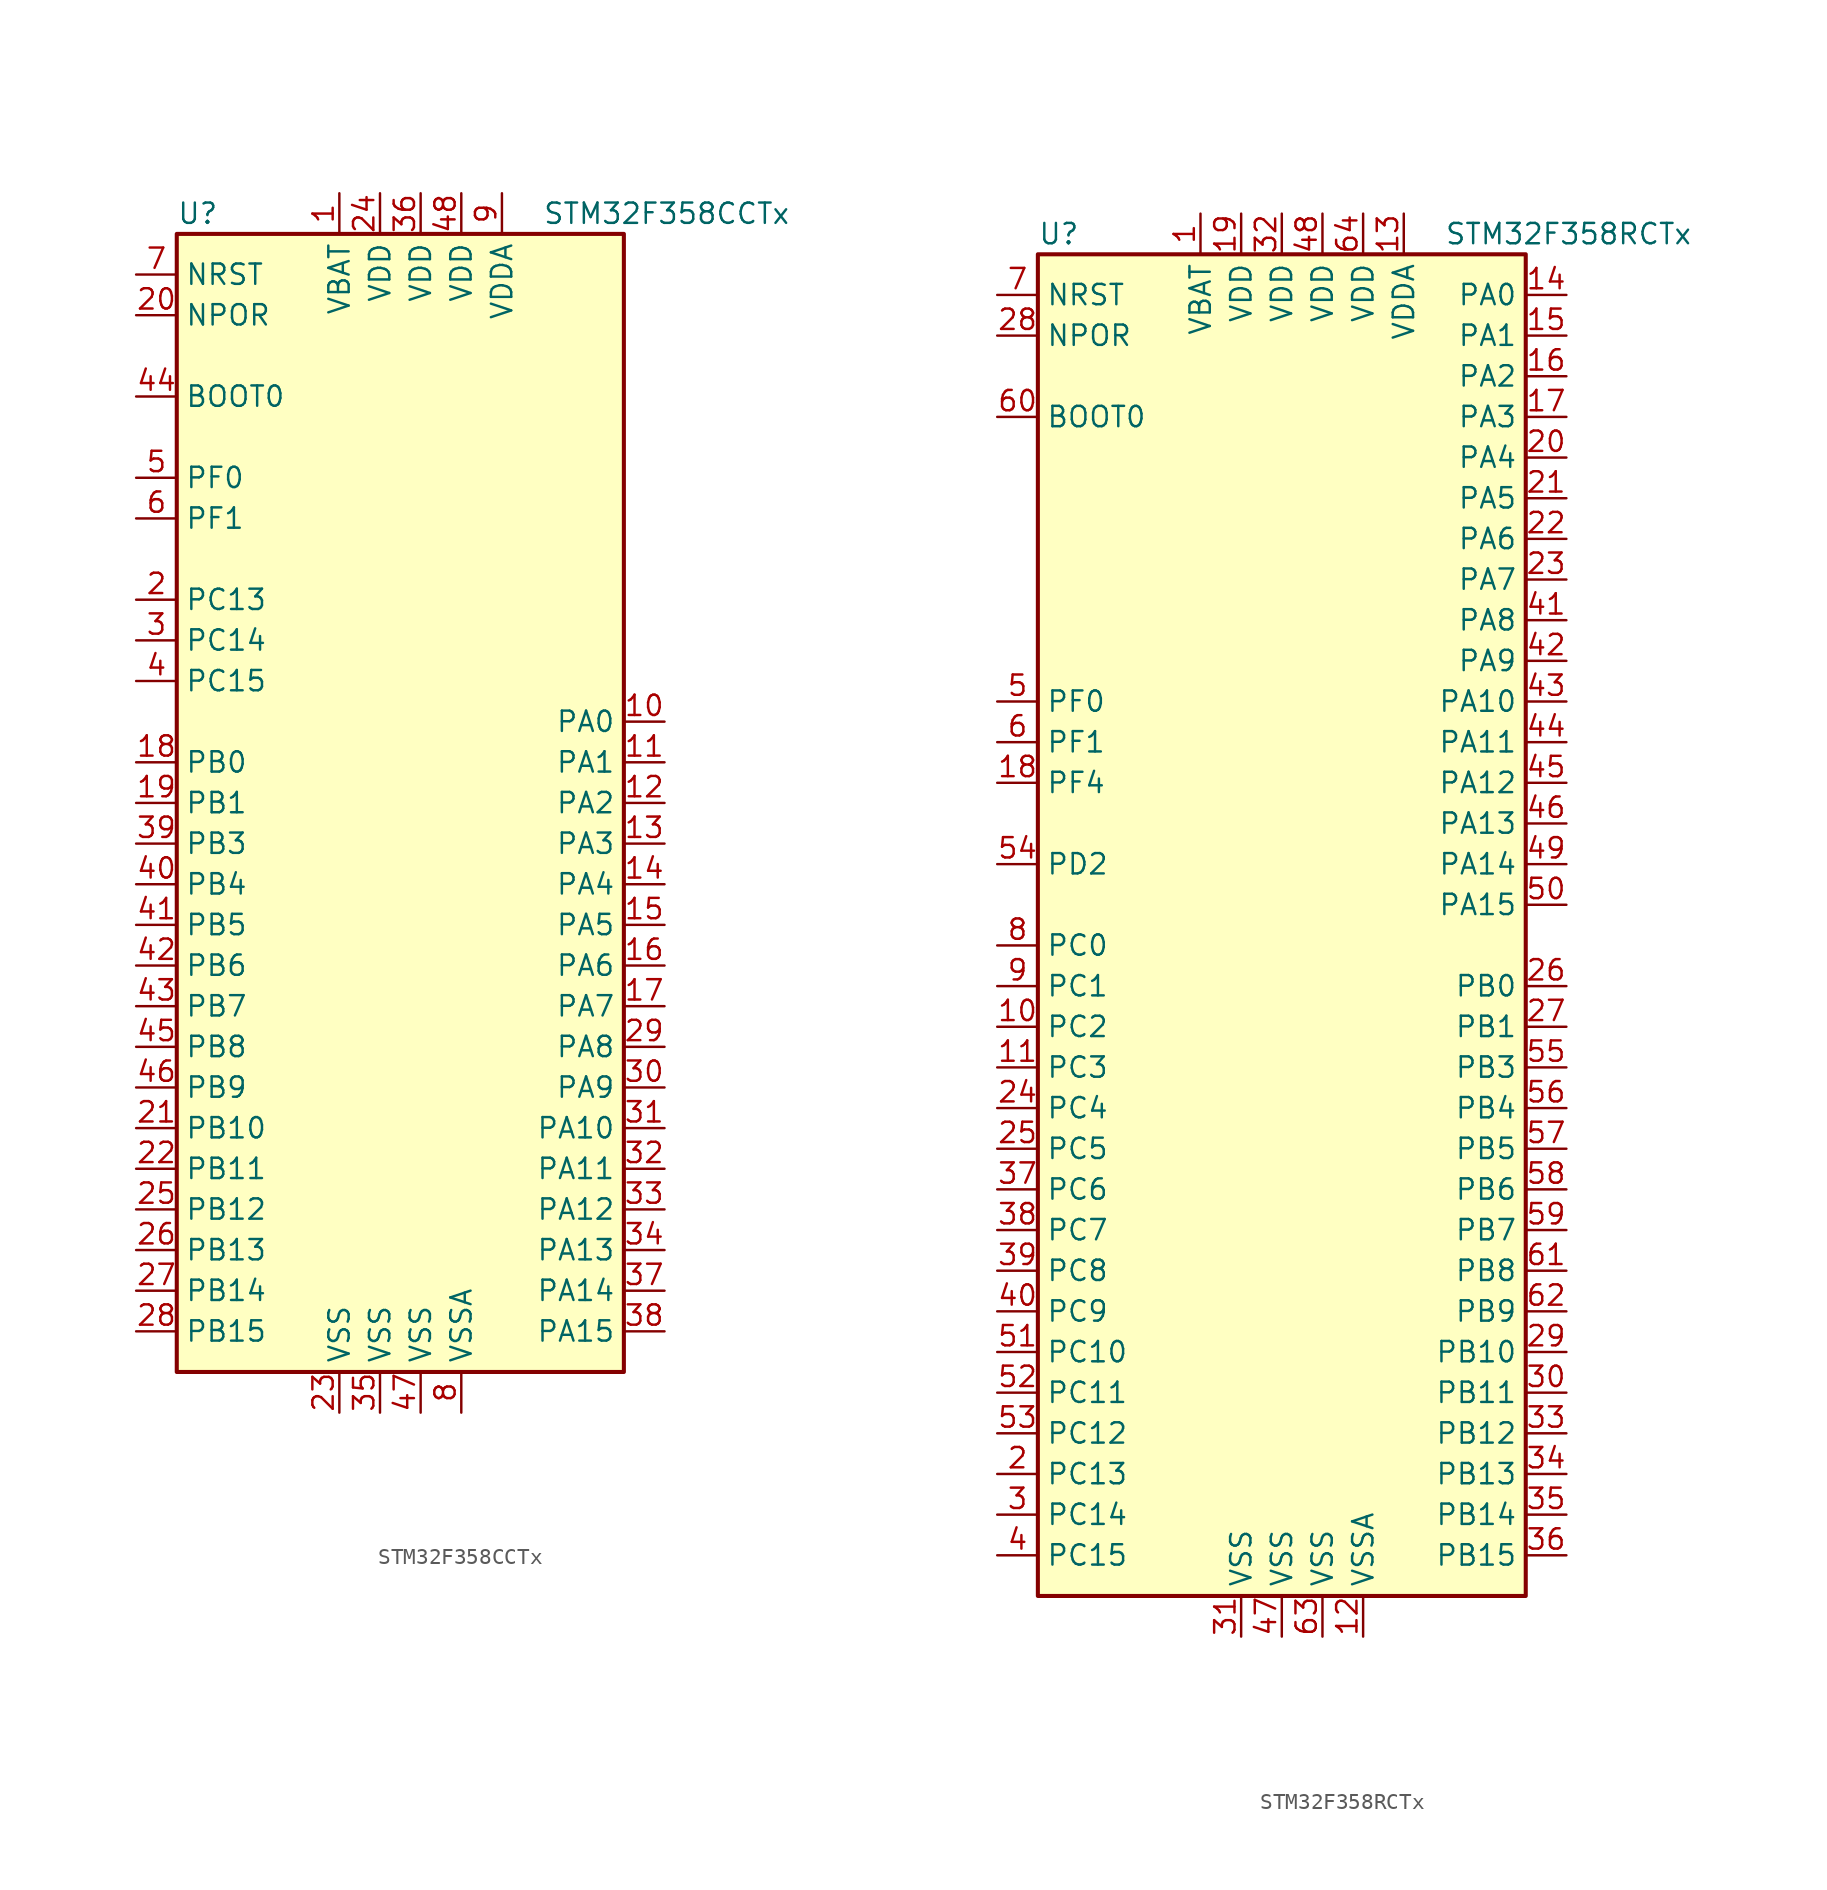
<source format=kicad_sym>
(kicad_symbol_lib
  (version 20211014)
  (generator kicad_symbol_editor)
  (symbol "STM32F358CCTx"
    (property "Reference" "U"
      (at -15.24 36.83 0)
      (effects (font (size 1.27 1.27)) (justify left)))
    (property "Value" "STM32F358CCTx"
      (at 7.62 36.83 0)
      (effects (font (size 1.27 1.27)) (justify left)))
    (symbol "STM32F358CCTx_0_1"
      (rectangle (start -15.24 -35.56) (end 12.7 35.56) (stroke (width 0.254) (type default) (color 0 0 0 0)) (fill (type background))))
    (symbol "STM32F358CCTx_1_1"
      (pin power_in line (at -5.08 38.1 270) (length 2.54) (name "VBAT" (effects (font (size 1.27 1.27)))) (number "1" (effects (font (size 1.27 1.27)))))
      (pin bidirectional line (at 15.24 5.08 180) (length 2.54) (name "PA0" (effects (font (size 1.27 1.27)))) (number "10" (effects (font (size 1.27 1.27)))))
      (pin bidirectional line (at 15.24 2.54 180) (length 2.54) (name "PA1" (effects (font (size 1.27 1.27)))) (number "11" (effects (font (size 1.27 1.27)))))
      (pin bidirectional line (at 15.24 0 180) (length 2.54) (name "PA2" (effects (font (size 1.27 1.27)))) (number "12" (effects (font (size 1.27 1.27)))))
      (pin bidirectional line (at 15.24 -2.54 180) (length 2.54) (name "PA3" (effects (font (size 1.27 1.27)))) (number "13" (effects (font (size 1.27 1.27)))))
      (pin bidirectional line (at 15.24 -5.08 180) (length 2.54) (name "PA4" (effects (font (size 1.27 1.27)))) (number "14" (effects (font (size 1.27 1.27)))))
      (pin bidirectional line (at 15.24 -7.62 180) (length 2.54) (name "PA5" (effects (font (size 1.27 1.27)))) (number "15" (effects (font (size 1.27 1.27)))))
      (pin bidirectional line (at 15.24 -10.16 180) (length 2.54) (name "PA6" (effects (font (size 1.27 1.27)))) (number "16" (effects (font (size 1.27 1.27)))))
      (pin bidirectional line (at 15.24 -12.7 180) (length 2.54) (name "PA7" (effects (font (size 1.27 1.27)))) (number "17" (effects (font (size 1.27 1.27)))))
      (pin bidirectional line (at -17.78 2.54 0) (length 2.54) (name "PB0" (effects (font (size 1.27 1.27)))) (number "18" (effects (font (size 1.27 1.27)))))
      (pin bidirectional line (at -17.78 0 0) (length 2.54) (name "PB1" (effects (font (size 1.27 1.27)))) (number "19" (effects (font (size 1.27 1.27)))))
      (pin bidirectional line (at -17.78 12.7 0) (length 2.54) (name "PC13" (effects (font (size 1.27 1.27)))) (number "2" (effects (font (size 1.27 1.27)))))
      (pin input line (at -17.78 30.48 0) (length 2.54) (name "NPOR" (effects (font (size 1.27 1.27)))) (number "20" (effects (font (size 1.27 1.27)))))
      (pin bidirectional line (at -17.78 -20.32 0) (length 2.54) (name "PB10" (effects (font (size 1.27 1.27)))) (number "21" (effects (font (size 1.27 1.27)))))
      (pin bidirectional line (at -17.78 -22.86 0) (length 2.54) (name "PB11" (effects (font (size 1.27 1.27)))) (number "22" (effects (font (size 1.27 1.27)))))
      (pin power_in line (at -5.08 -38.1 90) (length 2.54) (name "VSS" (effects (font (size 1.27 1.27)))) (number "23" (effects (font (size 1.27 1.27)))))
      (pin power_in line (at -2.54 38.1 270) (length 2.54) (name "VDD" (effects (font (size 1.27 1.27)))) (number "24" (effects (font (size 1.27 1.27)))))
      (pin bidirectional line (at -17.78 -25.4 0) (length 2.54) (name "PB12" (effects (font (size 1.27 1.27)))) (number "25" (effects (font (size 1.27 1.27)))))
      (pin bidirectional line (at -17.78 -27.94 0) (length 2.54) (name "PB13" (effects (font (size 1.27 1.27)))) (number "26" (effects (font (size 1.27 1.27)))))
      (pin bidirectional line (at -17.78 -30.48 0) (length 2.54) (name "PB14" (effects (font (size 1.27 1.27)))) (number "27" (effects (font (size 1.27 1.27)))))
      (pin bidirectional line (at -17.78 -33.02 0) (length 2.54) (name "PB15" (effects (font (size 1.27 1.27)))) (number "28" (effects (font (size 1.27 1.27)))))
      (pin bidirectional line (at 15.24 -15.24 180) (length 2.54) (name "PA8" (effects (font (size 1.27 1.27)))) (number "29" (effects (font (size 1.27 1.27)))))
      (pin bidirectional line (at -17.78 10.16 0) (length 2.54) (name "PC14" (effects (font (size 1.27 1.27)))) (number "3" (effects (font (size 1.27 1.27)))))
      (pin bidirectional line (at 15.24 -17.78 180) (length 2.54) (name "PA9" (effects (font (size 1.27 1.27)))) (number "30" (effects (font (size 1.27 1.27)))))
      (pin bidirectional line (at 15.24 -20.32 180) (length 2.54) (name "PA10" (effects (font (size 1.27 1.27)))) (number "31" (effects (font (size 1.27 1.27)))))
      (pin bidirectional line (at 15.24 -22.86 180) (length 2.54) (name "PA11" (effects (font (size 1.27 1.27)))) (number "32" (effects (font (size 1.27 1.27)))))
      (pin bidirectional line (at 15.24 -25.4 180) (length 2.54) (name "PA12" (effects (font (size 1.27 1.27)))) (number "33" (effects (font (size 1.27 1.27)))))
      (pin bidirectional line (at 15.24 -27.94 180) (length 2.54) (name "PA13" (effects (font (size 1.27 1.27)))) (number "34" (effects (font (size 1.27 1.27)))))
      (pin power_in line (at -2.54 -38.1 90) (length 2.54) (name "VSS" (effects (font (size 1.27 1.27)))) (number "35" (effects (font (size 1.27 1.27)))))
      (pin power_in line (at 0 38.1 270) (length 2.54) (name "VDD" (effects (font (size 1.27 1.27)))) (number "36" (effects (font (size 1.27 1.27)))))
      (pin bidirectional line (at 15.24 -30.48 180) (length 2.54) (name "PA14" (effects (font (size 1.27 1.27)))) (number "37" (effects (font (size 1.27 1.27)))))
      (pin bidirectional line (at 15.24 -33.02 180) (length 2.54) (name "PA15" (effects (font (size 1.27 1.27)))) (number "38" (effects (font (size 1.27 1.27)))))
      (pin bidirectional line (at -17.78 -2.54 0) (length 2.54) (name "PB3" (effects (font (size 1.27 1.27)))) (number "39" (effects (font (size 1.27 1.27)))))
      (pin bidirectional line (at -17.78 7.62 0) (length 2.54) (name "PC15" (effects (font (size 1.27 1.27)))) (number "4" (effects (font (size 1.27 1.27)))))
      (pin bidirectional line (at -17.78 -5.08 0) (length 2.54) (name "PB4" (effects (font (size 1.27 1.27)))) (number "40" (effects (font (size 1.27 1.27)))))
      (pin bidirectional line (at -17.78 -7.62 0) (length 2.54) (name "PB5" (effects (font (size 1.27 1.27)))) (number "41" (effects (font (size 1.27 1.27)))))
      (pin bidirectional line (at -17.78 -10.16 0) (length 2.54) (name "PB6" (effects (font (size 1.27 1.27)))) (number "42" (effects (font (size 1.27 1.27)))))
      (pin bidirectional line (at -17.78 -12.7 0) (length 2.54) (name "PB7" (effects (font (size 1.27 1.27)))) (number "43" (effects (font (size 1.27 1.27)))))
      (pin input line (at -17.78 25.4 0) (length 2.54) (name "BOOT0" (effects (font (size 1.27 1.27)))) (number "44" (effects (font (size 1.27 1.27)))))
      (pin bidirectional line (at -17.78 -15.24 0) (length 2.54) (name "PB8" (effects (font (size 1.27 1.27)))) (number "45" (effects (font (size 1.27 1.27)))))
      (pin bidirectional line (at -17.78 -17.78 0) (length 2.54) (name "PB9" (effects (font (size 1.27 1.27)))) (number "46" (effects (font (size 1.27 1.27)))))
      (pin power_in line (at 0 -38.1 90) (length 2.54) (name "VSS" (effects (font (size 1.27 1.27)))) (number "47" (effects (font (size 1.27 1.27)))))
      (pin power_in line (at 2.54 38.1 270) (length 2.54) (name "VDD" (effects (font (size 1.27 1.27)))) (number "48" (effects (font (size 1.27 1.27)))))
      (pin input line (at -17.78 20.32 0) (length 2.54) (name "PF0" (effects (font (size 1.27 1.27)))) (number "5" (effects (font (size 1.27 1.27)))))
      (pin input line (at -17.78 17.78 0) (length 2.54) (name "PF1" (effects (font (size 1.27 1.27)))) (number "6" (effects (font (size 1.27 1.27)))))
      (pin input line (at -17.78 33.02 0) (length 2.54) (name "NRST" (effects (font (size 1.27 1.27)))) (number "7" (effects (font (size 1.27 1.27)))))
      (pin power_in line (at 2.54 -38.1 90) (length 2.54) (name "VSSA" (effects (font (size 1.27 1.27)))) (number "8" (effects (font (size 1.27 1.27)))))
      (pin power_in line (at 5.08 38.1 270) (length 2.54) (name "VDDA" (effects (font (size 1.27 1.27)))) (number "9" (effects (font (size 1.27 1.27)))))))
  (symbol "STM32F358RCTx"
    (property "Reference" "U"
      (at -15.24 41.91 0)
      (effects (font (size 1.27 1.27)) (justify left)))
    (property "Value" "STM32F358RCTx"
      (at 10.16 41.91 0)
      (effects (font (size 1.27 1.27)) (justify left)))
    (symbol "STM32F358RCTx_0_1"
      (rectangle (start -15.24 -43.18) (end 15.24 40.64) (stroke (width 0.254) (type default) (color 0 0 0 0)) (fill (type background))))
    (symbol "STM32F358RCTx_1_1"
      (pin power_in line (at -5.08 43.18 270) (length 2.54) (name "VBAT" (effects (font (size 1.27 1.27)))) (number "1" (effects (font (size 1.27 1.27)))))
      (pin bidirectional line (at -17.78 -7.62 0) (length 2.54) (name "PC2" (effects (font (size 1.27 1.27)))) (number "10" (effects (font (size 1.27 1.27)))))
      (pin bidirectional line (at -17.78 -10.16 0) (length 2.54) (name "PC3" (effects (font (size 1.27 1.27)))) (number "11" (effects (font (size 1.27 1.27)))))
      (pin power_in line (at 5.08 -45.72 90) (length 2.54) (name "VSSA" (effects (font (size 1.27 1.27)))) (number "12" (effects (font (size 1.27 1.27)))))
      (pin power_in line (at 7.62 43.18 270) (length 2.54) (name "VDDA" (effects (font (size 1.27 1.27)))) (number "13" (effects (font (size 1.27 1.27)))))
      (pin bidirectional line (at 17.78 38.1 180) (length 2.54) (name "PA0" (effects (font (size 1.27 1.27)))) (number "14" (effects (font (size 1.27 1.27)))))
      (pin bidirectional line (at 17.78 35.56 180) (length 2.54) (name "PA1" (effects (font (size 1.27 1.27)))) (number "15" (effects (font (size 1.27 1.27)))))
      (pin bidirectional line (at 17.78 33.02 180) (length 2.54) (name "PA2" (effects (font (size 1.27 1.27)))) (number "16" (effects (font (size 1.27 1.27)))))
      (pin bidirectional line (at 17.78 30.48 180) (length 2.54) (name "PA3" (effects (font (size 1.27 1.27)))) (number "17" (effects (font (size 1.27 1.27)))))
      (pin bidirectional line (at -17.78 7.62 0) (length 2.54) (name "PF4" (effects (font (size 1.27 1.27)))) (number "18" (effects (font (size 1.27 1.27)))))
      (pin power_in line (at -2.54 43.18 270) (length 2.54) (name "VDD" (effects (font (size 1.27 1.27)))) (number "19" (effects (font (size 1.27 1.27)))))
      (pin bidirectional line (at -17.78 -35.56 0) (length 2.54) (name "PC13" (effects (font (size 1.27 1.27)))) (number "2" (effects (font (size 1.27 1.27)))))
      (pin bidirectional line (at 17.78 27.94 180) (length 2.54) (name "PA4" (effects (font (size 1.27 1.27)))) (number "20" (effects (font (size 1.27 1.27)))))
      (pin bidirectional line (at 17.78 25.4 180) (length 2.54) (name "PA5" (effects (font (size 1.27 1.27)))) (number "21" (effects (font (size 1.27 1.27)))))
      (pin bidirectional line (at 17.78 22.86 180) (length 2.54) (name "PA6" (effects (font (size 1.27 1.27)))) (number "22" (effects (font (size 1.27 1.27)))))
      (pin bidirectional line (at 17.78 20.32 180) (length 2.54) (name "PA7" (effects (font (size 1.27 1.27)))) (number "23" (effects (font (size 1.27 1.27)))))
      (pin bidirectional line (at -17.78 -12.7 0) (length 2.54) (name "PC4" (effects (font (size 1.27 1.27)))) (number "24" (effects (font (size 1.27 1.27)))))
      (pin bidirectional line (at -17.78 -15.24 0) (length 2.54) (name "PC5" (effects (font (size 1.27 1.27)))) (number "25" (effects (font (size 1.27 1.27)))))
      (pin bidirectional line (at 17.78 -5.08 180) (length 2.54) (name "PB0" (effects (font (size 1.27 1.27)))) (number "26" (effects (font (size 1.27 1.27)))))
      (pin bidirectional line (at 17.78 -7.62 180) (length 2.54) (name "PB1" (effects (font (size 1.27 1.27)))) (number "27" (effects (font (size 1.27 1.27)))))
      (pin input line (at -17.78 35.56 0) (length 2.54) (name "NPOR" (effects (font (size 1.27 1.27)))) (number "28" (effects (font (size 1.27 1.27)))))
      (pin bidirectional line (at 17.78 -27.94 180) (length 2.54) (name "PB10" (effects (font (size 1.27 1.27)))) (number "29" (effects (font (size 1.27 1.27)))))
      (pin bidirectional line (at -17.78 -38.1 0) (length 2.54) (name "PC14" (effects (font (size 1.27 1.27)))) (number "3" (effects (font (size 1.27 1.27)))))
      (pin bidirectional line (at 17.78 -30.48 180) (length 2.54) (name "PB11" (effects (font (size 1.27 1.27)))) (number "30" (effects (font (size 1.27 1.27)))))
      (pin power_in line (at -2.54 -45.72 90) (length 2.54) (name "VSS" (effects (font (size 1.27 1.27)))) (number "31" (effects (font (size 1.27 1.27)))))
      (pin power_in line (at 0 43.18 270) (length 2.54) (name "VDD" (effects (font (size 1.27 1.27)))) (number "32" (effects (font (size 1.27 1.27)))))
      (pin bidirectional line (at 17.78 -33.02 180) (length 2.54) (name "PB12" (effects (font (size 1.27 1.27)))) (number "33" (effects (font (size 1.27 1.27)))))
      (pin bidirectional line (at 17.78 -35.56 180) (length 2.54) (name "PB13" (effects (font (size 1.27 1.27)))) (number "34" (effects (font (size 1.27 1.27)))))
      (pin bidirectional line (at 17.78 -38.1 180) (length 2.54) (name "PB14" (effects (font (size 1.27 1.27)))) (number "35" (effects (font (size 1.27 1.27)))))
      (pin bidirectional line (at 17.78 -40.64 180) (length 2.54) (name "PB15" (effects (font (size 1.27 1.27)))) (number "36" (effects (font (size 1.27 1.27)))))
      (pin bidirectional line (at -17.78 -17.78 0) (length 2.54) (name "PC6" (effects (font (size 1.27 1.27)))) (number "37" (effects (font (size 1.27 1.27)))))
      (pin bidirectional line (at -17.78 -20.32 0) (length 2.54) (name "PC7" (effects (font (size 1.27 1.27)))) (number "38" (effects (font (size 1.27 1.27)))))
      (pin bidirectional line (at -17.78 -22.86 0) (length 2.54) (name "PC8" (effects (font (size 1.27 1.27)))) (number "39" (effects (font (size 1.27 1.27)))))
      (pin bidirectional line (at -17.78 -40.64 0) (length 2.54) (name "PC15" (effects (font (size 1.27 1.27)))) (number "4" (effects (font (size 1.27 1.27)))))
      (pin bidirectional line (at -17.78 -25.4 0) (length 2.54) (name "PC9" (effects (font (size 1.27 1.27)))) (number "40" (effects (font (size 1.27 1.27)))))
      (pin bidirectional line (at 17.78 17.78 180) (length 2.54) (name "PA8" (effects (font (size 1.27 1.27)))) (number "41" (effects (font (size 1.27 1.27)))))
      (pin bidirectional line (at 17.78 15.24 180) (length 2.54) (name "PA9" (effects (font (size 1.27 1.27)))) (number "42" (effects (font (size 1.27 1.27)))))
      (pin bidirectional line (at 17.78 12.7 180) (length 2.54) (name "PA10" (effects (font (size 1.27 1.27)))) (number "43" (effects (font (size 1.27 1.27)))))
      (pin bidirectional line (at 17.78 10.16 180) (length 2.54) (name "PA11" (effects (font (size 1.27 1.27)))) (number "44" (effects (font (size 1.27 1.27)))))
      (pin bidirectional line (at 17.78 7.62 180) (length 2.54) (name "PA12" (effects (font (size 1.27 1.27)))) (number "45" (effects (font (size 1.27 1.27)))))
      (pin bidirectional line (at 17.78 5.08 180) (length 2.54) (name "PA13" (effects (font (size 1.27 1.27)))) (number "46" (effects (font (size 1.27 1.27)))))
      (pin power_in line (at 0 -45.72 90) (length 2.54) (name "VSS" (effects (font (size 1.27 1.27)))) (number "47" (effects (font (size 1.27 1.27)))))
      (pin power_in line (at 2.54 43.18 270) (length 2.54) (name "VDD" (effects (font (size 1.27 1.27)))) (number "48" (effects (font (size 1.27 1.27)))))
      (pin bidirectional line (at 17.78 2.54 180) (length 2.54) (name "PA14" (effects (font (size 1.27 1.27)))) (number "49" (effects (font (size 1.27 1.27)))))
      (pin input line (at -17.78 12.7 0) (length 2.54) (name "PF0" (effects (font (size 1.27 1.27)))) (number "5" (effects (font (size 1.27 1.27)))))
      (pin bidirectional line (at 17.78 0 180) (length 2.54) (name "PA15" (effects (font (size 1.27 1.27)))) (number "50" (effects (font (size 1.27 1.27)))))
      (pin bidirectional line (at -17.78 -27.94 0) (length 2.54) (name "PC10" (effects (font (size 1.27 1.27)))) (number "51" (effects (font (size 1.27 1.27)))))
      (pin bidirectional line (at -17.78 -30.48 0) (length 2.54) (name "PC11" (effects (font (size 1.27 1.27)))) (number "52" (effects (font (size 1.27 1.27)))))
      (pin bidirectional line (at -17.78 -33.02 0) (length 2.54) (name "PC12" (effects (font (size 1.27 1.27)))) (number "53" (effects (font (size 1.27 1.27)))))
      (pin bidirectional line (at -17.78 2.54 0) (length 2.54) (name "PD2" (effects (font (size 1.27 1.27)))) (number "54" (effects (font (size 1.27 1.27)))))
      (pin bidirectional line (at 17.78 -10.16 180) (length 2.54) (name "PB3" (effects (font (size 1.27 1.27)))) (number "55" (effects (font (size 1.27 1.27)))))
      (pin bidirectional line (at 17.78 -12.7 180) (length 2.54) (name "PB4" (effects (font (size 1.27 1.27)))) (number "56" (effects (font (size 1.27 1.27)))))
      (pin bidirectional line (at 17.78 -15.24 180) (length 2.54) (name "PB5" (effects (font (size 1.27 1.27)))) (number "57" (effects (font (size 1.27 1.27)))))
      (pin bidirectional line (at 17.78 -17.78 180) (length 2.54) (name "PB6" (effects (font (size 1.27 1.27)))) (number "58" (effects (font (size 1.27 1.27)))))
      (pin bidirectional line (at 17.78 -20.32 180) (length 2.54) (name "PB7" (effects (font (size 1.27 1.27)))) (number "59" (effects (font (size 1.27 1.27)))))
      (pin input line (at -17.78 10.16 0) (length 2.54) (name "PF1" (effects (font (size 1.27 1.27)))) (number "6" (effects (font (size 1.27 1.27)))))
      (pin input line (at -17.78 30.48 0) (length 2.54) (name "BOOT0" (effects (font (size 1.27 1.27)))) (number "60" (effects (font (size 1.27 1.27)))))
      (pin bidirectional line (at 17.78 -22.86 180) (length 2.54) (name "PB8" (effects (font (size 1.27 1.27)))) (number "61" (effects (font (size 1.27 1.27)))))
      (pin bidirectional line (at 17.78 -25.4 180) (length 2.54) (name "PB9" (effects (font (size 1.27 1.27)))) (number "62" (effects (font (size 1.27 1.27)))))
      (pin power_in line (at 2.54 -45.72 90) (length 2.54) (name "VSS" (effects (font (size 1.27 1.27)))) (number "63" (effects (font (size 1.27 1.27)))))
      (pin power_in line (at 5.08 43.18 270) (length 2.54) (name "VDD" (effects (font (size 1.27 1.27)))) (number "64" (effects (font (size 1.27 1.27)))))
      (pin input line (at -17.78 38.1 0) (length 2.54) (name "NRST" (effects (font (size 1.27 1.27)))) (number "7" (effects (font (size 1.27 1.27)))))
      (pin bidirectional line (at -17.78 -2.54 0) (length 2.54) (name "PC0" (effects (font (size 1.27 1.27)))) (number "8" (effects (font (size 1.27 1.27)))))
      (pin bidirectional line (at -17.78 -5.08 0) (length 2.54) (name "PC1" (effects (font (size 1.27 1.27)))) (number "9" (effects (font (size 1.27 1.27))))))))
</source>
